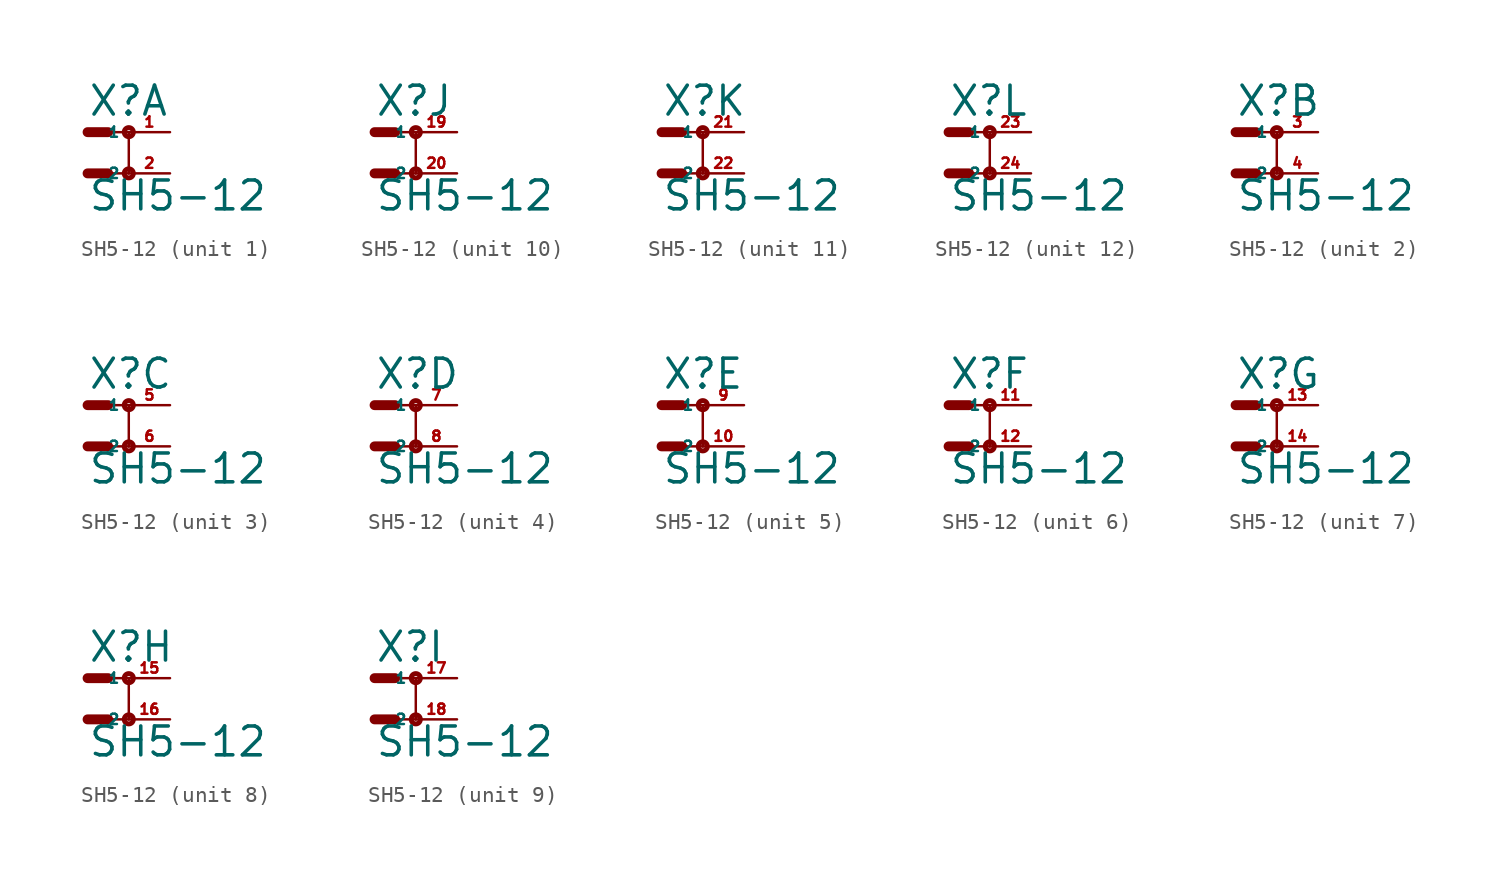
<source format=kicad_sym>
(kicad_symbol_lib
  (version 20220914)
  (generator Eagle2Kicad)
  (symbol "SH5-12"
    (property "Reference" "X"
      (at 0 3.429 0)
      (effects (font (size 1.778 1.778) (thickness 0.22)) (justify left bottom)))
    (property "Value" "SH5-12"
      (at 0 -2.413 0)
      (effects (font (size 1.778 1.778) (thickness 0.22)) (justify left bottom)))
    (symbol "SH5-12_1_0"
      (polyline (pts (xy 0 0) (xy 1.27 0)) (stroke (width 0.61) (type default)) (fill (type none)))
      (polyline (pts (xy 2.54 0) (xy 1.27 0)) (stroke (width 0.152) (type default)) (fill (type none)))
      (polyline (pts (xy 0 2.54) (xy 1.27 2.54)) (stroke (width 0.61) (type default)) (fill (type none)))
      (polyline (pts (xy 2.54 2.54) (xy 1.27 2.54)) (stroke (width 0.152) (type default)) (fill (type none)))
      (polyline (pts (xy 2.54 2.54) (xy 2.54 0)) (stroke (width 0.152) (type default)) (fill (type none)))
      (circle (center 2.54 0) (radius 0.127) (stroke (width 0.305) (type default)) (fill (type none)))
      (circle (center 2.54 2.54) (radius 0.127) (stroke (width 0.305) (type default)) (fill (type none)))
      (pin passive line (at 5.08 2.54 180) (length 2.54) (name "1" (effects (font (size 0.635 0.635) (thickness 0.08)) (justify left bottom))) (number "1" (effects (font (size 0.635 0.635) (thickness 0.08)) (justify left bottom))))
      (pin passive line (at 5.08 0 180) (length 2.54) (name "2" (effects (font (size 0.635 0.635) (thickness 0.08)) (justify left bottom))) (number "2" (effects (font (size 0.635 0.635) (thickness 0.08)) (justify left bottom)))))
    (symbol "SH5-12_2_0"
      (polyline (pts (xy 0 0) (xy 1.27 0)) (stroke (width 0.61) (type default)) (fill (type none)))
      (polyline (pts (xy 2.54 0) (xy 1.27 0)) (stroke (width 0.152) (type default)) (fill (type none)))
      (polyline (pts (xy 0 2.54) (xy 1.27 2.54)) (stroke (width 0.61) (type default)) (fill (type none)))
      (polyline (pts (xy 2.54 2.54) (xy 1.27 2.54)) (stroke (width 0.152) (type default)) (fill (type none)))
      (polyline (pts (xy 2.54 2.54) (xy 2.54 0)) (stroke (width 0.152) (type default)) (fill (type none)))
      (circle (center 2.54 0) (radius 0.127) (stroke (width 0.305) (type default)) (fill (type none)))
      (circle (center 2.54 2.54) (radius 0.127) (stroke (width 0.305) (type default)) (fill (type none)))
      (pin passive line (at 5.08 2.54 180) (length 2.54) (name "1" (effects (font (size 0.635 0.635) (thickness 0.08)) (justify left bottom))) (number "3" (effects (font (size 0.635 0.635) (thickness 0.08)) (justify left bottom))))
      (pin passive line (at 5.08 0 180) (length 2.54) (name "2" (effects (font (size 0.635 0.635) (thickness 0.08)) (justify left bottom))) (number "4" (effects (font (size 0.635 0.635) (thickness 0.08)) (justify left bottom)))))
    (symbol "SH5-12_3_0"
      (polyline (pts (xy 0 0) (xy 1.27 0)) (stroke (width 0.61) (type default)) (fill (type none)))
      (polyline (pts (xy 2.54 0) (xy 1.27 0)) (stroke (width 0.152) (type default)) (fill (type none)))
      (polyline (pts (xy 0 2.54) (xy 1.27 2.54)) (stroke (width 0.61) (type default)) (fill (type none)))
      (polyline (pts (xy 2.54 2.54) (xy 1.27 2.54)) (stroke (width 0.152) (type default)) (fill (type none)))
      (polyline (pts (xy 2.54 2.54) (xy 2.54 0)) (stroke (width 0.152) (type default)) (fill (type none)))
      (circle (center 2.54 0) (radius 0.127) (stroke (width 0.305) (type default)) (fill (type none)))
      (circle (center 2.54 2.54) (radius 0.127) (stroke (width 0.305) (type default)) (fill (type none)))
      (pin passive line (at 5.08 2.54 180) (length 2.54) (name "1" (effects (font (size 0.635 0.635) (thickness 0.08)) (justify left bottom))) (number "5" (effects (font (size 0.635 0.635) (thickness 0.08)) (justify left bottom))))
      (pin passive line (at 5.08 0 180) (length 2.54) (name "2" (effects (font (size 0.635 0.635) (thickness 0.08)) (justify left bottom))) (number "6" (effects (font (size 0.635 0.635) (thickness 0.08)) (justify left bottom)))))
    (symbol "SH5-12_4_0"
      (polyline (pts (xy 0 0) (xy 1.27 0)) (stroke (width 0.61) (type default)) (fill (type none)))
      (polyline (pts (xy 2.54 0) (xy 1.27 0)) (stroke (width 0.152) (type default)) (fill (type none)))
      (polyline (pts (xy 0 2.54) (xy 1.27 2.54)) (stroke (width 0.61) (type default)) (fill (type none)))
      (polyline (pts (xy 2.54 2.54) (xy 1.27 2.54)) (stroke (width 0.152) (type default)) (fill (type none)))
      (polyline (pts (xy 2.54 2.54) (xy 2.54 0)) (stroke (width 0.152) (type default)) (fill (type none)))
      (circle (center 2.54 0) (radius 0.127) (stroke (width 0.305) (type default)) (fill (type none)))
      (circle (center 2.54 2.54) (radius 0.127) (stroke (width 0.305) (type default)) (fill (type none)))
      (pin passive line (at 5.08 2.54 180) (length 2.54) (name "1" (effects (font (size 0.635 0.635) (thickness 0.08)) (justify left bottom))) (number "7" (effects (font (size 0.635 0.635) (thickness 0.08)) (justify left bottom))))
      (pin passive line (at 5.08 0 180) (length 2.54) (name "2" (effects (font (size 0.635 0.635) (thickness 0.08)) (justify left bottom))) (number "8" (effects (font (size 0.635 0.635) (thickness 0.08)) (justify left bottom)))))
    (symbol "SH5-12_5_0"
      (polyline (pts (xy 0 0) (xy 1.27 0)) (stroke (width 0.61) (type default)) (fill (type none)))
      (polyline (pts (xy 2.54 0) (xy 1.27 0)) (stroke (width 0.152) (type default)) (fill (type none)))
      (polyline (pts (xy 0 2.54) (xy 1.27 2.54)) (stroke (width 0.61) (type default)) (fill (type none)))
      (polyline (pts (xy 2.54 2.54) (xy 1.27 2.54)) (stroke (width 0.152) (type default)) (fill (type none)))
      (polyline (pts (xy 2.54 2.54) (xy 2.54 0)) (stroke (width 0.152) (type default)) (fill (type none)))
      (circle (center 2.54 0) (radius 0.127) (stroke (width 0.305) (type default)) (fill (type none)))
      (circle (center 2.54 2.54) (radius 0.127) (stroke (width 0.305) (type default)) (fill (type none)))
      (pin passive line (at 5.08 2.54 180) (length 2.54) (name "1" (effects (font (size 0.635 0.635) (thickness 0.08)) (justify left bottom))) (number "9" (effects (font (size 0.635 0.635) (thickness 0.08)) (justify left bottom))))
      (pin passive line (at 5.08 0 180) (length 2.54) (name "2" (effects (font (size 0.635 0.635) (thickness 0.08)) (justify left bottom))) (number "10" (effects (font (size 0.635 0.635) (thickness 0.08)) (justify left bottom)))))
    (symbol "SH5-12_6_0"
      (polyline (pts (xy 0 0) (xy 1.27 0)) (stroke (width 0.61) (type default)) (fill (type none)))
      (polyline (pts (xy 2.54 0) (xy 1.27 0)) (stroke (width 0.152) (type default)) (fill (type none)))
      (polyline (pts (xy 0 2.54) (xy 1.27 2.54)) (stroke (width 0.61) (type default)) (fill (type none)))
      (polyline (pts (xy 2.54 2.54) (xy 1.27 2.54)) (stroke (width 0.152) (type default)) (fill (type none)))
      (polyline (pts (xy 2.54 2.54) (xy 2.54 0)) (stroke (width 0.152) (type default)) (fill (type none)))
      (circle (center 2.54 0) (radius 0.127) (stroke (width 0.305) (type default)) (fill (type none)))
      (circle (center 2.54 2.54) (radius 0.127) (stroke (width 0.305) (type default)) (fill (type none)))
      (pin passive line (at 5.08 2.54 180) (length 2.54) (name "1" (effects (font (size 0.635 0.635) (thickness 0.08)) (justify left bottom))) (number "11" (effects (font (size 0.635 0.635) (thickness 0.08)) (justify left bottom))))
      (pin passive line (at 5.08 0 180) (length 2.54) (name "2" (effects (font (size 0.635 0.635) (thickness 0.08)) (justify left bottom))) (number "12" (effects (font (size 0.635 0.635) (thickness 0.08)) (justify left bottom)))))
    (symbol "SH5-12_7_0"
      (polyline (pts (xy 0 0) (xy 1.27 0)) (stroke (width 0.61) (type default)) (fill (type none)))
      (polyline (pts (xy 2.54 0) (xy 1.27 0)) (stroke (width 0.152) (type default)) (fill (type none)))
      (polyline (pts (xy 0 2.54) (xy 1.27 2.54)) (stroke (width 0.61) (type default)) (fill (type none)))
      (polyline (pts (xy 2.54 2.54) (xy 1.27 2.54)) (stroke (width 0.152) (type default)) (fill (type none)))
      (polyline (pts (xy 2.54 2.54) (xy 2.54 0)) (stroke (width 0.152) (type default)) (fill (type none)))
      (circle (center 2.54 0) (radius 0.127) (stroke (width 0.305) (type default)) (fill (type none)))
      (circle (center 2.54 2.54) (radius 0.127) (stroke (width 0.305) (type default)) (fill (type none)))
      (pin passive line (at 5.08 2.54 180) (length 2.54) (name "1" (effects (font (size 0.635 0.635) (thickness 0.08)) (justify left bottom))) (number "13" (effects (font (size 0.635 0.635) (thickness 0.08)) (justify left bottom))))
      (pin passive line (at 5.08 0 180) (length 2.54) (name "2" (effects (font (size 0.635 0.635) (thickness 0.08)) (justify left bottom))) (number "14" (effects (font (size 0.635 0.635) (thickness 0.08)) (justify left bottom)))))
    (symbol "SH5-12_8_0"
      (polyline (pts (xy 0 0) (xy 1.27 0)) (stroke (width 0.61) (type default)) (fill (type none)))
      (polyline (pts (xy 2.54 0) (xy 1.27 0)) (stroke (width 0.152) (type default)) (fill (type none)))
      (polyline (pts (xy 0 2.54) (xy 1.27 2.54)) (stroke (width 0.61) (type default)) (fill (type none)))
      (polyline (pts (xy 2.54 2.54) (xy 1.27 2.54)) (stroke (width 0.152) (type default)) (fill (type none)))
      (polyline (pts (xy 2.54 2.54) (xy 2.54 0)) (stroke (width 0.152) (type default)) (fill (type none)))
      (circle (center 2.54 0) (radius 0.127) (stroke (width 0.305) (type default)) (fill (type none)))
      (circle (center 2.54 2.54) (radius 0.127) (stroke (width 0.305) (type default)) (fill (type none)))
      (pin passive line (at 5.08 2.54 180) (length 2.54) (name "1" (effects (font (size 0.635 0.635) (thickness 0.08)) (justify left bottom))) (number "15" (effects (font (size 0.635 0.635) (thickness 0.08)) (justify left bottom))))
      (pin passive line (at 5.08 0 180) (length 2.54) (name "2" (effects (font (size 0.635 0.635) (thickness 0.08)) (justify left bottom))) (number "16" (effects (font (size 0.635 0.635) (thickness 0.08)) (justify left bottom)))))
    (symbol "SH5-12_9_0"
      (polyline (pts (xy 0 0) (xy 1.27 0)) (stroke (width 0.61) (type default)) (fill (type none)))
      (polyline (pts (xy 2.54 0) (xy 1.27 0)) (stroke (width 0.152) (type default)) (fill (type none)))
      (polyline (pts (xy 0 2.54) (xy 1.27 2.54)) (stroke (width 0.61) (type default)) (fill (type none)))
      (polyline (pts (xy 2.54 2.54) (xy 1.27 2.54)) (stroke (width 0.152) (type default)) (fill (type none)))
      (polyline (pts (xy 2.54 2.54) (xy 2.54 0)) (stroke (width 0.152) (type default)) (fill (type none)))
      (circle (center 2.54 0) (radius 0.127) (stroke (width 0.305) (type default)) (fill (type none)))
      (circle (center 2.54 2.54) (radius 0.127) (stroke (width 0.305) (type default)) (fill (type none)))
      (pin passive line (at 5.08 2.54 180) (length 2.54) (name "1" (effects (font (size 0.635 0.635) (thickness 0.08)) (justify left bottom))) (number "17" (effects (font (size 0.635 0.635) (thickness 0.08)) (justify left bottom))))
      (pin passive line (at 5.08 0 180) (length 2.54) (name "2" (effects (font (size 0.635 0.635) (thickness 0.08)) (justify left bottom))) (number "18" (effects (font (size 0.635 0.635) (thickness 0.08)) (justify left bottom)))))
    (symbol "SH5-12_10_0"
      (polyline (pts (xy 0 0) (xy 1.27 0)) (stroke (width 0.61) (type default)) (fill (type none)))
      (polyline (pts (xy 2.54 0) (xy 1.27 0)) (stroke (width 0.152) (type default)) (fill (type none)))
      (polyline (pts (xy 0 2.54) (xy 1.27 2.54)) (stroke (width 0.61) (type default)) (fill (type none)))
      (polyline (pts (xy 2.54 2.54) (xy 1.27 2.54)) (stroke (width 0.152) (type default)) (fill (type none)))
      (polyline (pts (xy 2.54 2.54) (xy 2.54 0)) (stroke (width 0.152) (type default)) (fill (type none)))
      (circle (center 2.54 0) (radius 0.127) (stroke (width 0.305) (type default)) (fill (type none)))
      (circle (center 2.54 2.54) (radius 0.127) (stroke (width 0.305) (type default)) (fill (type none)))
      (pin passive line (at 5.08 2.54 180) (length 2.54) (name "1" (effects (font (size 0.635 0.635) (thickness 0.08)) (justify left bottom))) (number "19" (effects (font (size 0.635 0.635) (thickness 0.08)) (justify left bottom))))
      (pin passive line (at 5.08 0 180) (length 2.54) (name "2" (effects (font (size 0.635 0.635) (thickness 0.08)) (justify left bottom))) (number "20" (effects (font (size 0.635 0.635) (thickness 0.08)) (justify left bottom)))))
    (symbol "SH5-12_11_0"
      (polyline (pts (xy 0 0) (xy 1.27 0)) (stroke (width 0.61) (type default)) (fill (type none)))
      (polyline (pts (xy 2.54 0) (xy 1.27 0)) (stroke (width 0.152) (type default)) (fill (type none)))
      (polyline (pts (xy 0 2.54) (xy 1.27 2.54)) (stroke (width 0.61) (type default)) (fill (type none)))
      (polyline (pts (xy 2.54 2.54) (xy 1.27 2.54)) (stroke (width 0.152) (type default)) (fill (type none)))
      (polyline (pts (xy 2.54 2.54) (xy 2.54 0)) (stroke (width 0.152) (type default)) (fill (type none)))
      (circle (center 2.54 0) (radius 0.127) (stroke (width 0.305) (type default)) (fill (type none)))
      (circle (center 2.54 2.54) (radius 0.127) (stroke (width 0.305) (type default)) (fill (type none)))
      (pin passive line (at 5.08 2.54 180) (length 2.54) (name "1" (effects (font (size 0.635 0.635) (thickness 0.08)) (justify left bottom))) (number "21" (effects (font (size 0.635 0.635) (thickness 0.08)) (justify left bottom))))
      (pin passive line (at 5.08 0 180) (length 2.54) (name "2" (effects (font (size 0.635 0.635) (thickness 0.08)) (justify left bottom))) (number "22" (effects (font (size 0.635 0.635) (thickness 0.08)) (justify left bottom)))))
    (symbol "SH5-12_12_0"
      (polyline (pts (xy 0 0) (xy 1.27 0)) (stroke (width 0.61) (type default)) (fill (type none)))
      (polyline (pts (xy 2.54 0) (xy 1.27 0)) (stroke (width 0.152) (type default)) (fill (type none)))
      (polyline (pts (xy 0 2.54) (xy 1.27 2.54)) (stroke (width 0.61) (type default)) (fill (type none)))
      (polyline (pts (xy 2.54 2.54) (xy 1.27 2.54)) (stroke (width 0.152) (type default)) (fill (type none)))
      (polyline (pts (xy 2.54 2.54) (xy 2.54 0)) (stroke (width 0.152) (type default)) (fill (type none)))
      (circle (center 2.54 0) (radius 0.127) (stroke (width 0.305) (type default)) (fill (type none)))
      (circle (center 2.54 2.54) (radius 0.127) (stroke (width 0.305) (type default)) (fill (type none)))
      (pin passive line (at 5.08 2.54 180) (length 2.54) (name "1" (effects (font (size 0.635 0.635) (thickness 0.08)) (justify left bottom))) (number "23" (effects (font (size 0.635 0.635) (thickness 0.08)) (justify left bottom))))
      (pin passive line (at 5.08 0 180) (length 2.54) (name "2" (effects (font (size 0.635 0.635) (thickness 0.08)) (justify left bottom))) (number "24" (effects (font (size 0.635 0.635) (thickness 0.08)) (justify left bottom)))))))
</source>
